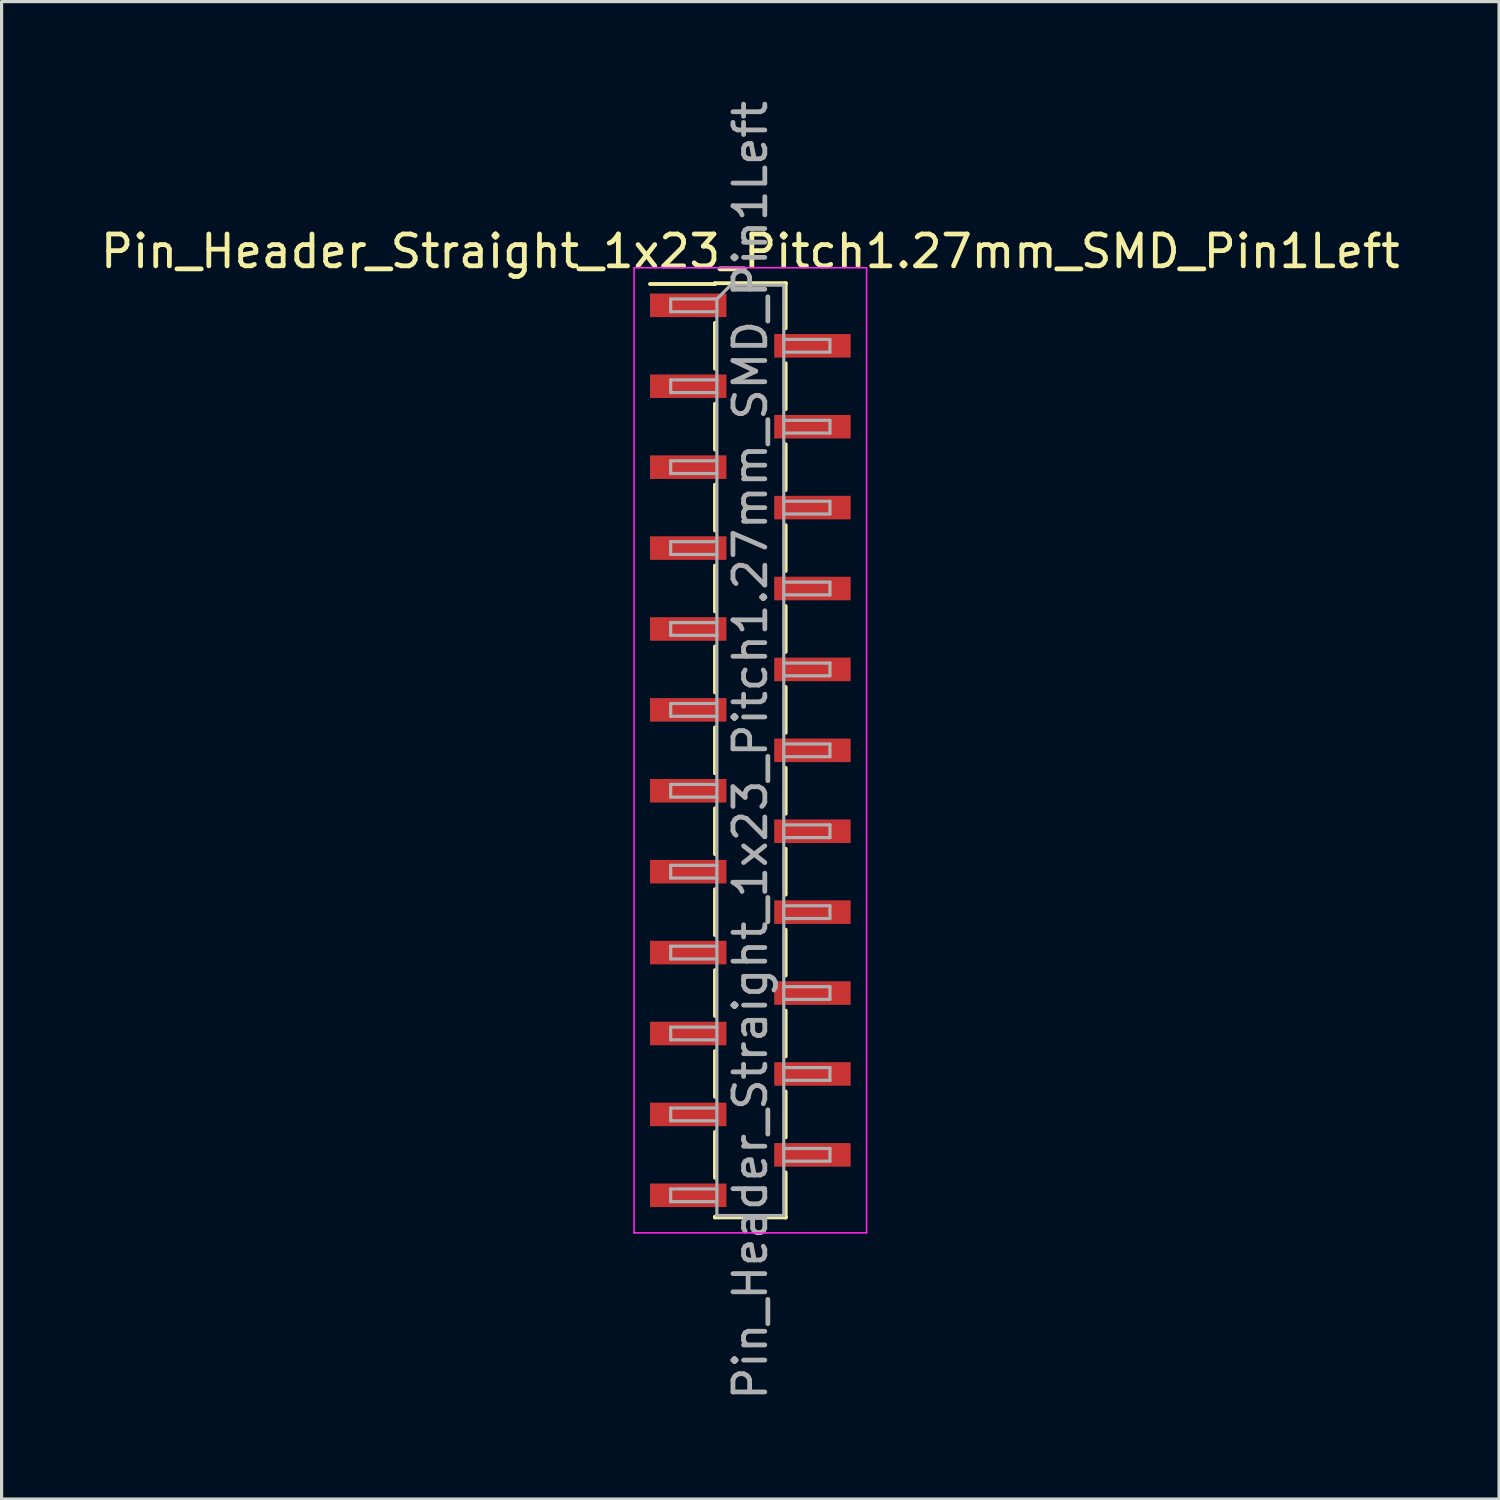
<source format=kicad_pcb>
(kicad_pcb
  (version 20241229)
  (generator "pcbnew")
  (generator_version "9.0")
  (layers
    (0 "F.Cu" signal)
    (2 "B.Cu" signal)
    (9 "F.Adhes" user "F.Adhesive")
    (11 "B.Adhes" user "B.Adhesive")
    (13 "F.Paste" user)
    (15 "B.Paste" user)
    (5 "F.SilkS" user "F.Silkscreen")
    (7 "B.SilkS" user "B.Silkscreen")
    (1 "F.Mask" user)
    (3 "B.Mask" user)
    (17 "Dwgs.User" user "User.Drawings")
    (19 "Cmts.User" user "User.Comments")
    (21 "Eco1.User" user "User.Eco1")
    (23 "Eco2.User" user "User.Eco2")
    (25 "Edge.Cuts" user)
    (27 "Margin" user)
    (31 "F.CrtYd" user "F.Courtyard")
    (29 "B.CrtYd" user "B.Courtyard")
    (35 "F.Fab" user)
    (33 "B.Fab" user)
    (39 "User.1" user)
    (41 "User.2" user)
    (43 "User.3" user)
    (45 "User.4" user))
  (footprint "Pin_Header_Straight_1x23_Pitch1.27mm_SMD_Pin1Left"
    (layer "F.Cu")
    (at 20.506 20.506)
    (property "Reference" "Pin_Header_Straight_1x23_Pitch1.27mm_SMD_Pin1Left" (at 0 -15.665 0) (layer "F.SilkS") (effects (font (size 1 1) (thickness 0.15))))
    (attr smd)
    (fp_line (start -1.11 -14.665) (end 1.11 -14.665) (stroke (width 0.12) (type solid)) (layer "F.SilkS"))
    (fp_line (start -1.11 -14.64) (end -3.15 -14.64) (stroke (width 0.12) (type solid)) (layer "F.SilkS"))
    (fp_line (start -1.11 -14.64) (end -1.11 -14.665) (stroke (width 0.12) (type solid)) (layer "F.SilkS"))
    (fp_line (start -1.11 -13.42) (end -1.11 -11.98) (stroke (width 0.12) (type solid)) (layer "F.SilkS"))
    (fp_line (start -1.11 -10.88) (end -1.11 -9.44) (stroke (width 0.12) (type solid)) (layer "F.SilkS"))
    (fp_line (start -1.11 -8.34) (end -1.11 -6.9) (stroke (width 0.12) (type solid)) (layer "F.SilkS"))
    (fp_line (start -1.11 -5.8) (end -1.11 -4.36) (stroke (width 0.12) (type solid)) (layer "F.SilkS"))
    (fp_line (start -1.11 -3.26) (end -1.11 -1.82) (stroke (width 0.12) (type solid)) (layer "F.SilkS"))
    (fp_line (start -1.11 -0.72) (end -1.11 0.72) (stroke (width 0.12) (type solid)) (layer "F.SilkS"))
    (fp_line (start -1.11 1.82) (end -1.11 3.26) (stroke (width 0.12) (type solid)) (layer "F.SilkS"))
    (fp_line (start -1.11 4.36) (end -1.11 5.8) (stroke (width 0.12) (type solid)) (layer "F.SilkS"))
    (fp_line (start -1.11 6.9) (end -1.11 8.34) (stroke (width 0.12) (type solid)) (layer "F.SilkS"))
    (fp_line (start -1.11 9.44) (end -1.11 10.88) (stroke (width 0.12) (type solid)) (layer "F.SilkS"))
    (fp_line (start -1.11 11.98) (end -1.11 13.42) (stroke (width 0.12) (type solid)) (layer "F.SilkS"))
    (fp_line (start -1.11 14.64) (end -1.11 14.665) (stroke (width 0.12) (type solid)) (layer "F.SilkS"))
    (fp_line (start -1.11 14.665) (end 1.11 14.665) (stroke (width 0.12) (type solid)) (layer "F.SilkS"))
    (fp_line (start 1.11 -14.665) (end 1.11 -14.64) (stroke (width 0.12) (type solid)) (layer "F.SilkS"))
    (fp_line (start 1.11 -14.665) (end 1.11 -13.25) (stroke (width 0.12) (type solid)) (layer "F.SilkS"))
    (fp_line (start 1.11 -12.15) (end 1.11 -10.71) (stroke (width 0.12) (type solid)) (layer "F.SilkS"))
    (fp_line (start 1.11 -9.61) (end 1.11 -8.17) (stroke (width 0.12) (type solid)) (layer "F.SilkS"))
    (fp_line (start 1.11 -7.07) (end 1.11 -5.63) (stroke (width 0.12) (type solid)) (layer "F.SilkS"))
    (fp_line (start 1.11 -4.53) (end 1.11 -3.09) (stroke (width 0.12) (type solid)) (layer "F.SilkS"))
    (fp_line (start 1.11 -1.99) (end 1.11 -0.55) (stroke (width 0.12) (type solid)) (layer "F.SilkS"))
    (fp_line (start 1.11 0.55) (end 1.11 1.99) (stroke (width 0.12) (type solid)) (layer "F.SilkS"))
    (fp_line (start 1.11 3.09) (end 1.11 4.53) (stroke (width 0.12) (type solid)) (layer "F.SilkS"))
    (fp_line (start 1.11 5.63) (end 1.11 7.07) (stroke (width 0.12) (type solid)) (layer "F.SilkS"))
    (fp_line (start 1.11 8.17) (end 1.11 9.61) (stroke (width 0.12) (type solid)) (layer "F.SilkS"))
    (fp_line (start 1.11 10.71) (end 1.11 12.15) (stroke (width 0.12) (type solid)) (layer "F.SilkS"))
    (fp_line (start 1.11 13.25) (end 1.11 14.665) (stroke (width 0.12) (type solid)) (layer "F.SilkS"))
    (fp_line (start 1.11 14.665) (end 1.11 14.64) (stroke (width 0.12) (type solid)) (layer "F.SilkS"))
    (fp_line (start -3.65 -15.15) (end -3.65 15.15) (stroke (width 0.05) (type solid)) (layer "F.CrtYd"))
    (fp_line (start -3.65 15.15) (end 3.65 15.15) (stroke (width 0.05) (type solid)) (layer "F.CrtYd"))
    (fp_line (start 3.65 -15.15) (end -3.65 -15.15) (stroke (width 0.05) (type solid)) (layer "F.CrtYd"))
    (fp_line (start 3.65 15.15) (end 3.65 -15.15) (stroke (width 0.05) (type solid)) (layer "F.CrtYd"))
    (fp_line (start -2.5 -14.17) (end -2.5 -13.77) (stroke (width 0.1) (type solid)) (layer "F.Fab"))
    (fp_line (start -2.5 -13.77) (end -1.05 -13.77) (stroke (width 0.1) (type solid)) (layer "F.Fab"))
    (fp_line (start -2.5 -11.63) (end -2.5 -11.23) (stroke (width 0.1) (type solid)) (layer "F.Fab"))
    (fp_line (start -2.5 -11.23) (end -1.05 -11.23) (stroke (width 0.1) (type solid)) (layer "F.Fab"))
    (fp_line (start -2.5 -9.09) (end -2.5 -8.69) (stroke (width 0.1) (type solid)) (layer "F.Fab"))
    (fp_line (start -2.5 -8.69) (end -1.05 -8.69) (stroke (width 0.1) (type solid)) (layer "F.Fab"))
    (fp_line (start -2.5 -6.55) (end -2.5 -6.15) (stroke (width 0.1) (type solid)) (layer "F.Fab"))
    (fp_line (start -2.5 -6.15) (end -1.05 -6.15) (stroke (width 0.1) (type solid)) (layer "F.Fab"))
    (fp_line (start -2.5 -4.01) (end -2.5 -3.61) (stroke (width 0.1) (type solid)) (layer "F.Fab"))
    (fp_line (start -2.5 -3.61) (end -1.05 -3.61) (stroke (width 0.1) (type solid)) (layer "F.Fab"))
    (fp_line (start -2.5 -1.47) (end -2.5 -1.07) (stroke (width 0.1) (type solid)) (layer "F.Fab"))
    (fp_line (start -2.5 -1.07) (end -1.05 -1.07) (stroke (width 0.1) (type solid)) (layer "F.Fab"))
    (fp_line (start -2.5 1.07) (end -2.5 1.47) (stroke (width 0.1) (type solid)) (layer "F.Fab"))
    (fp_line (start -2.5 1.47) (end -1.05 1.47) (stroke (width 0.1) (type solid)) (layer "F.Fab"))
    (fp_line (start -2.5 3.61) (end -2.5 4.01) (stroke (width 0.1) (type solid)) (layer "F.Fab"))
    (fp_line (start -2.5 4.01) (end -1.05 4.01) (stroke (width 0.1) (type solid)) (layer "F.Fab"))
    (fp_line (start -2.5 6.15) (end -2.5 6.55) (stroke (width 0.1) (type solid)) (layer "F.Fab"))
    (fp_line (start -2.5 6.55) (end -1.05 6.55) (stroke (width 0.1) (type solid)) (layer "F.Fab"))
    (fp_line (start -2.5 8.69) (end -2.5 9.09) (stroke (width 0.1) (type solid)) (layer "F.Fab"))
    (fp_line (start -2.5 9.09) (end -1.05 9.09) (stroke (width 0.1) (type solid)) (layer "F.Fab"))
    (fp_line (start -2.5 11.23) (end -2.5 11.63) (stroke (width 0.1) (type solid)) (layer "F.Fab"))
    (fp_line (start -2.5 11.63) (end -1.05 11.63) (stroke (width 0.1) (type solid)) (layer "F.Fab"))
    (fp_line (start -2.5 13.77) (end -2.5 14.17) (stroke (width 0.1) (type solid)) (layer "F.Fab"))
    (fp_line (start -2.5 14.17) (end -1.05 14.17) (stroke (width 0.1) (type solid)) (layer "F.Fab"))
    (fp_line (start -1.05 -14.17) (end -2.5 -14.17) (stroke (width 0.1) (type solid)) (layer "F.Fab"))
    (fp_line (start -1.05 -14.17) (end -0.615 -14.605) (stroke (width 0.1) (type solid)) (layer "F.Fab"))
    (fp_line (start -1.05 -11.63) (end -2.5 -11.63) (stroke (width 0.1) (type solid)) (layer "F.Fab"))
    (fp_line (start -1.05 -9.09) (end -2.5 -9.09) (stroke (width 0.1) (type solid)) (layer "F.Fab"))
    (fp_line (start -1.05 -6.55) (end -2.5 -6.55) (stroke (width 0.1) (type solid)) (layer "F.Fab"))
    (fp_line (start -1.05 -4.01) (end -2.5 -4.01) (stroke (width 0.1) (type solid)) (layer "F.Fab"))
    (fp_line (start -1.05 -1.47) (end -2.5 -1.47) (stroke (width 0.1) (type solid)) (layer "F.Fab"))
    (fp_line (start -1.05 1.07) (end -2.5 1.07) (stroke (width 0.1) (type solid)) (layer "F.Fab"))
    (fp_line (start -1.05 3.61) (end -2.5 3.61) (stroke (width 0.1) (type solid)) (layer "F.Fab"))
    (fp_line (start -1.05 6.15) (end -2.5 6.15) (stroke (width 0.1) (type solid)) (layer "F.Fab"))
    (fp_line (start -1.05 8.69) (end -2.5 8.69) (stroke (width 0.1) (type solid)) (layer "F.Fab"))
    (fp_line (start -1.05 11.23) (end -2.5 11.23) (stroke (width 0.1) (type solid)) (layer "F.Fab"))
    (fp_line (start -1.05 13.77) (end -2.5 13.77) (stroke (width 0.1) (type solid)) (layer "F.Fab"))
    (fp_line (start -1.05 14.605) (end -1.05 -14.17) (stroke (width 0.1) (type solid)) (layer "F.Fab"))
    (fp_line (start -0.615 -14.605) (end 1.05 -14.605) (stroke (width 0.1) (type solid)) (layer "F.Fab"))
    (fp_line (start 1.05 -14.605) (end 1.05 14.605) (stroke (width 0.1) (type solid)) (layer "F.Fab"))
    (fp_line (start 1.05 -12.9) (end 2.5 -12.9) (stroke (width 0.1) (type solid)) (layer "F.Fab"))
    (fp_line (start 1.05 -10.36) (end 2.5 -10.36) (stroke (width 0.1) (type solid)) (layer "F.Fab"))
    (fp_line (start 1.05 -7.82) (end 2.5 -7.82) (stroke (width 0.1) (type solid)) (layer "F.Fab"))
    (fp_line (start 1.05 -5.28) (end 2.5 -5.28) (stroke (width 0.1) (type solid)) (layer "F.Fab"))
    (fp_line (start 1.05 -2.74) (end 2.5 -2.74) (stroke (width 0.1) (type solid)) (layer "F.Fab"))
    (fp_line (start 1.05 -0.2) (end 2.5 -0.2) (stroke (width 0.1) (type solid)) (layer "F.Fab"))
    (fp_line (start 1.05 2.34) (end 2.5 2.34) (stroke (width 0.1) (type solid)) (layer "F.Fab"))
    (fp_line (start 1.05 4.88) (end 2.5 4.88) (stroke (width 0.1) (type solid)) (layer "F.Fab"))
    (fp_line (start 1.05 7.42) (end 2.5 7.42) (stroke (width 0.1) (type solid)) (layer "F.Fab"))
    (fp_line (start 1.05 9.96) (end 2.5 9.96) (stroke (width 0.1) (type solid)) (layer "F.Fab"))
    (fp_line (start 1.05 12.5) (end 2.5 12.5) (stroke (width 0.1) (type solid)) (layer "F.Fab"))
    (fp_line (start 1.05 14.605) (end -1.05 14.605) (stroke (width 0.1) (type solid)) (layer "F.Fab"))
    (fp_line (start 2.5 -12.9) (end 2.5 -12.5) (stroke (width 0.1) (type solid)) (layer "F.Fab"))
    (fp_line (start 2.5 -12.5) (end 1.05 -12.5) (stroke (width 0.1) (type solid)) (layer "F.Fab"))
    (fp_line (start 2.5 -10.36) (end 2.5 -9.96) (stroke (width 0.1) (type solid)) (layer "F.Fab"))
    (fp_line (start 2.5 -9.96) (end 1.05 -9.96) (stroke (width 0.1) (type solid)) (layer "F.Fab"))
    (fp_line (start 2.5 -7.82) (end 2.5 -7.42) (stroke (width 0.1) (type solid)) (layer "F.Fab"))
    (fp_line (start 2.5 -7.42) (end 1.05 -7.42) (stroke (width 0.1) (type solid)) (layer "F.Fab"))
    (fp_line (start 2.5 -5.28) (end 2.5 -4.88) (stroke (width 0.1) (type solid)) (layer "F.Fab"))
    (fp_line (start 2.5 -4.88) (end 1.05 -4.88) (stroke (width 0.1) (type solid)) (layer "F.Fab"))
    (fp_line (start 2.5 -2.74) (end 2.5 -2.34) (stroke (width 0.1) (type solid)) (layer "F.Fab"))
    (fp_line (start 2.5 -2.34) (end 1.05 -2.34) (stroke (width 0.1) (type solid)) (layer "F.Fab"))
    (fp_line (start 2.5 -0.2) (end 2.5 0.2) (stroke (width 0.1) (type solid)) (layer "F.Fab"))
    (fp_line (start 2.5 0.2) (end 1.05 0.2) (stroke (width 0.1) (type solid)) (layer "F.Fab"))
    (fp_line (start 2.5 2.34) (end 2.5 2.74) (stroke (width 0.1) (type solid)) (layer "F.Fab"))
    (fp_line (start 2.5 2.74) (end 1.05 2.74) (stroke (width 0.1) (type solid)) (layer "F.Fab"))
    (fp_line (start 2.5 4.88) (end 2.5 5.28) (stroke (width 0.1) (type solid)) (layer "F.Fab"))
    (fp_line (start 2.5 5.28) (end 1.05 5.28) (stroke (width 0.1) (type solid)) (layer "F.Fab"))
    (fp_line (start 2.5 7.42) (end 2.5 7.82) (stroke (width 0.1) (type solid)) (layer "F.Fab"))
    (fp_line (start 2.5 7.82) (end 1.05 7.82) (stroke (width 0.1) (type solid)) (layer "F.Fab"))
    (fp_line (start 2.5 9.96) (end 2.5 10.36) (stroke (width 0.1) (type solid)) (layer "F.Fab"))
    (fp_line (start 2.5 10.36) (end 1.05 10.36) (stroke (width 0.1) (type solid)) (layer "F.Fab"))
    (fp_line (start 2.5 12.5) (end 2.5 12.9) (stroke (width 0.1) (type solid)) (layer "F.Fab"))
    (fp_line (start 2.5 12.9) (end 1.05 12.9) (stroke (width 0.1) (type solid)) (layer "F.Fab"))
    (fp_text user "${REFERENCE}" (at 0 0 90) (layer "F.Fab") (effects (font (size 1 1) (thickness 0.15))))
    (pad "1" smd rect (at -1.95 -13.97) (size 2.4 0.74) (layers "F.Cu" "F.Mask" "F.Paste"))
    (pad "2" smd rect (at 1.95 -12.7) (size 2.4 0.74) (layers "F.Cu" "F.Mask" "F.Paste"))
    (pad "3" smd rect (at -1.95 -11.43) (size 2.4 0.74) (layers "F.Cu" "F.Mask" "F.Paste"))
    (pad "4" smd rect (at 1.95 -10.16) (size 2.4 0.74) (layers "F.Cu" "F.Mask" "F.Paste"))
    (pad "5" smd rect (at -1.95 -8.89) (size 2.4 0.74) (layers "F.Cu" "F.Mask" "F.Paste"))
    (pad "6" smd rect (at 1.95 -7.62) (size 2.4 0.74) (layers "F.Cu" "F.Mask" "F.Paste"))
    (pad "7" smd rect (at -1.95 -6.35) (size 2.4 0.74) (layers "F.Cu" "F.Mask" "F.Paste"))
    (pad "8" smd rect (at 1.95 -5.08) (size 2.4 0.74) (layers "F.Cu" "F.Mask" "F.Paste"))
    (pad "9" smd rect (at -1.95 -3.81) (size 2.4 0.74) (layers "F.Cu" "F.Mask" "F.Paste"))
    (pad "10" smd rect (at 1.95 -2.54) (size 2.4 0.74) (layers "F.Cu" "F.Mask" "F.Paste"))
    (pad "11" smd rect (at -1.95 -1.27) (size 2.4 0.74) (layers "F.Cu" "F.Mask" "F.Paste"))
    (pad "12" smd rect (at 1.95 0) (size 2.4 0.74) (layers "F.Cu" "F.Mask" "F.Paste"))
    (pad "13" smd rect (at -1.95 1.27) (size 2.4 0.74) (layers "F.Cu" "F.Mask" "F.Paste"))
    (pad "14" smd rect (at 1.95 2.54) (size 2.4 0.74) (layers "F.Cu" "F.Mask" "F.Paste"))
    (pad "15" smd rect (at -1.95 3.81) (size 2.4 0.74) (layers "F.Cu" "F.Mask" "F.Paste"))
    (pad "16" smd rect (at 1.95 5.08) (size 2.4 0.74) (layers "F.Cu" "F.Mask" "F.Paste"))
    (pad "17" smd rect (at -1.95 6.35) (size 2.4 0.74) (layers "F.Cu" "F.Mask" "F.Paste"))
    (pad "18" smd rect (at 1.95 7.62) (size 2.4 0.74) (layers "F.Cu" "F.Mask" "F.Paste"))
    (pad "19" smd rect (at -1.95 8.89) (size 2.4 0.74) (layers "F.Cu" "F.Mask" "F.Paste"))
    (pad "20" smd rect (at 1.95 10.16) (size 2.4 0.74) (layers "F.Cu" "F.Mask" "F.Paste"))
    (pad "21" smd rect (at -1.95 11.43) (size 2.4 0.74) (layers "F.Cu" "F.Mask" "F.Paste"))
    (pad "22" smd rect (at 1.95 12.7) (size 2.4 0.74) (layers "F.Cu" "F.Mask" "F.Paste"))
    (pad "23" smd rect (at -1.95 13.97) (size 2.4 0.74) (layers "F.Cu" "F.Mask" "F.Paste")))
  (gr_rect
    (start -3 -3)
    (end 44.012 44.012)
    (stroke (width 0.1) (type default))
    (fill no)
    (layer "Edge.Cuts")))
</source>
